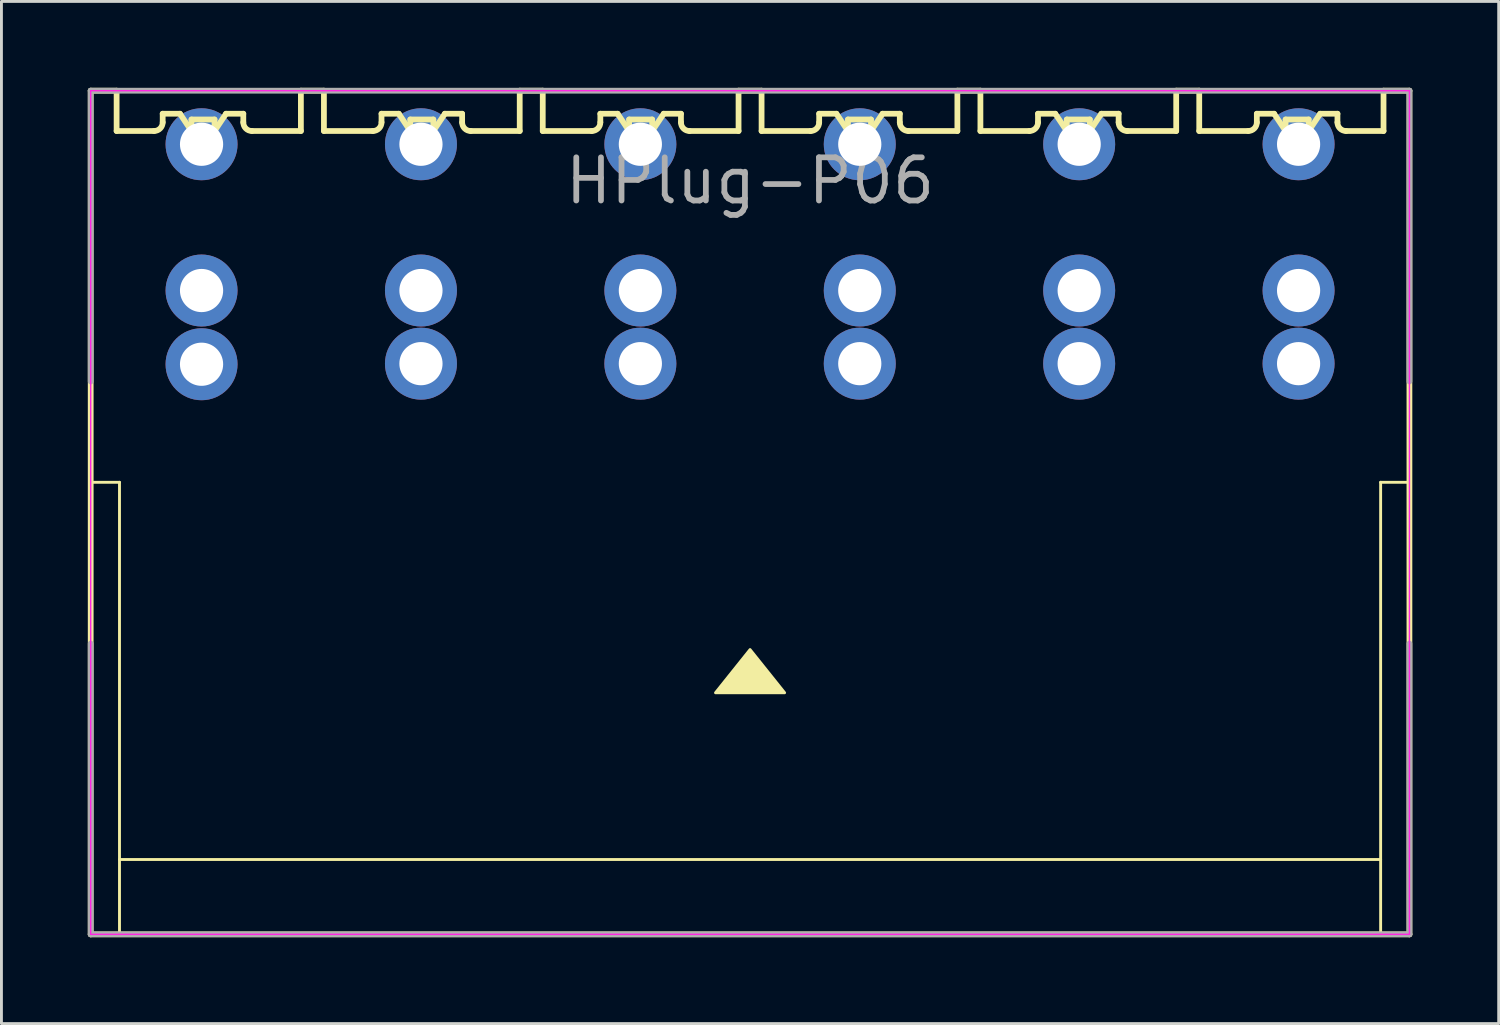
<source format=kicad_pcb>
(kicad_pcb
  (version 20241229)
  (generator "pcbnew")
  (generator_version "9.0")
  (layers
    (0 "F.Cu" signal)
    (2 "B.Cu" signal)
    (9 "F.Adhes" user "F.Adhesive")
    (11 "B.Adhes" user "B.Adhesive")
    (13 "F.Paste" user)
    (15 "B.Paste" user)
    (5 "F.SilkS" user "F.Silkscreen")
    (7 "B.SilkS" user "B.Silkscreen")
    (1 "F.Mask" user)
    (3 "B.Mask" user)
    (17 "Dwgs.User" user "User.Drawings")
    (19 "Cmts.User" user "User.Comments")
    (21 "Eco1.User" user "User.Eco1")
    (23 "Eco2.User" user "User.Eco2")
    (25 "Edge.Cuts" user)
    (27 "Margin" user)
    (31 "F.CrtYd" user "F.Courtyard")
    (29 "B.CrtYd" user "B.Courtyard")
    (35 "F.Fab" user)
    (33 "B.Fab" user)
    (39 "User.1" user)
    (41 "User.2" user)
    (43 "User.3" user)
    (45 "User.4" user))
  (footprint "HPlug-P06"
    (layer "F.Cu")
    (at 23 4.5)
    (property "Reference" "HPlug-P06" (at 0 -1.27 180) (layer "F.Fab") (effects (font (size 1.5 1.5) (thickness 0.2))))
    (attr through_hole)
    (fp_line (start -22.9 -4.4) (end -22.9 24.9) (stroke (width 0.2) (type solid)) (layer "F.SilkS"))
    (fp_line (start -22.9 -4.4) (end -22 -4.4) (stroke (width 0.2) (type solid)) (layer "F.SilkS"))
    (fp_line (start -22.9 9.2) (end -21.9 9.2) (stroke (width 0.1) (type solid)) (layer "F.SilkS"))
    (fp_line (start -22.9 24.9) (end 22.9 24.9) (stroke (width 0.2) (type solid)) (layer "F.SilkS"))
    (fp_line (start -22 -3) (end -22 -4.4) (stroke (width 0.2) (type solid)) (layer "F.SilkS"))
    (fp_line (start -21.9 9.2) (end -21.9 24.9) (stroke (width 0.1) (type solid)) (layer "F.SilkS"))
    (fp_line (start -21.9 22.3) (end 21.9 22.3) (stroke (width 0.1) (type solid)) (layer "F.SilkS"))
    (fp_line (start -20.7 -3) (end -22 -3) (stroke (width 0.2) (type solid)) (layer "F.SilkS"))
    (fp_line (start -20.4 -3.6) (end -20.4 -3.3) (stroke (width 0.2) (type solid)) (layer "F.SilkS"))
    (fp_line (start -20.4 -3.6) (end -19.8 -3.6) (stroke (width 0.2) (type solid)) (layer "F.SilkS"))
    (fp_line (start -19.4 -3.4) (end -19.4 -3) (stroke (width 0.2) (type solid)) (layer "F.SilkS"))
    (fp_line (start -19.4 -3.4) (end -18.6 -3.4) (stroke (width 0.2) (type solid)) (layer "F.SilkS"))
    (fp_line (start -19.4 -3) (end -19.8 -3.6) (stroke (width 0.2) (type solid)) (layer "F.SilkS"))
    (fp_line (start -18.6 -3.4) (end -18.6 -3) (stroke (width 0.2) (type solid)) (layer "F.SilkS"))
    (fp_line (start -18.6 -3) (end -18.2 -3.6) (stroke (width 0.2) (type solid)) (layer "F.SilkS"))
    (fp_line (start -18.2 -3.6) (end -17.6 -3.6) (stroke (width 0.2) (type solid)) (layer "F.SilkS"))
    (fp_line (start -17.6 -3.6) (end -17.6 -3.3) (stroke (width 0.2) (type solid)) (layer "F.SilkS"))
    (fp_line (start -15.6 -4.4) (end -14.8 -4.4) (stroke (width 0.2) (type solid)) (layer "F.SilkS"))
    (fp_line (start -15.6 -3) (end -17.3 -3) (stroke (width 0.2) (type solid)) (layer "F.SilkS"))
    (fp_line (start -15.6 -3) (end -15.6 -4.4) (stroke (width 0.2) (type solid)) (layer "F.SilkS"))
    (fp_line (start -14.8 -3) (end -14.8 -4.4) (stroke (width 0.2) (type solid)) (layer "F.SilkS"))
    (fp_line (start -13.1 -3) (end -14.8 -3) (stroke (width 0.2) (type solid)) (layer "F.SilkS"))
    (fp_line (start -12.8 -3.6) (end -12.2 -3.6) (stroke (width 0.2) (type solid)) (layer "F.SilkS"))
    (fp_line (start -12.8 -3.3) (end -12.8 -3.6) (stroke (width 0.2) (type solid)) (layer "F.SilkS"))
    (fp_line (start -12.2 -3.6) (end -11.8 -3) (stroke (width 0.2) (type solid)) (layer "F.SilkS"))
    (fp_line (start -11.8 -3.4) (end -11 -3.4) (stroke (width 0.2) (type solid)) (layer "F.SilkS"))
    (fp_line (start -11.8 -3) (end -11.8 -3.4) (stroke (width 0.2) (type solid)) (layer "F.SilkS"))
    (fp_line (start -11 -3) (end -11 -3.4) (stroke (width 0.2) (type solid)) (layer "F.SilkS"))
    (fp_line (start -10.6 -3.6) (end -11 -3) (stroke (width 0.2) (type solid)) (layer "F.SilkS"))
    (fp_line (start -10.6 -3.6) (end -10 -3.6) (stroke (width 0.2) (type solid)) (layer "F.SilkS"))
    (fp_line (start -10 -3.3) (end -10 -3.6) (stroke (width 0.2) (type solid)) (layer "F.SilkS"))
    (fp_line (start -8 -4.4) (end -7.2 -4.4) (stroke (width 0.2) (type solid)) (layer "F.SilkS"))
    (fp_line (start -8 -3) (end -9.7 -3) (stroke (width 0.2) (type solid)) (layer "F.SilkS"))
    (fp_line (start -8 -3) (end -8 -4.4) (stroke (width 0.2) (type solid)) (layer "F.SilkS"))
    (fp_line (start -7.2 -3) (end -7.2 -4.4) (stroke (width 0.2) (type solid)) (layer "F.SilkS"))
    (fp_line (start -5.5 -3) (end -7.2 -3) (stroke (width 0.2) (type solid)) (layer "F.SilkS"))
    (fp_line (start -5.2 -3.6) (end -4.6 -3.6) (stroke (width 0.2) (type solid)) (layer "F.SilkS"))
    (fp_line (start -5.2 -3.3) (end -5.2 -3.6) (stroke (width 0.2) (type solid)) (layer "F.SilkS"))
    (fp_line (start -4.6 -3.6) (end -4.2 -3) (stroke (width 0.2) (type solid)) (layer "F.SilkS"))
    (fp_line (start -4.2 -3.4) (end -3.4 -3.4) (stroke (width 0.2) (type solid)) (layer "F.SilkS"))
    (fp_line (start -4.2 -3) (end -4.2 -3.4) (stroke (width 0.2) (type solid)) (layer "F.SilkS"))
    (fp_line (start -3.4 -3) (end -3.4 -3.4) (stroke (width 0.2) (type solid)) (layer "F.SilkS"))
    (fp_line (start -3 -3.6) (end -3.4 -3) (stroke (width 0.2) (type solid)) (layer "F.SilkS"))
    (fp_line (start -3 -3.6) (end -2.4 -3.6) (stroke (width 0.2) (type solid)) (layer "F.SilkS"))
    (fp_line (start -2.4 -3.3) (end -2.4 -3.6) (stroke (width 0.2) (type solid)) (layer "F.SilkS"))
    (fp_line (start -0.4 -4.4) (end 0.4 -4.4) (stroke (width 0.2) (type solid)) (layer "F.SilkS"))
    (fp_line (start -0.4 -3) (end -2.1 -3) (stroke (width 0.2) (type solid)) (layer "F.SilkS"))
    (fp_line (start -0.4 -3) (end -0.4 -4.4) (stroke (width 0.2) (type solid)) (layer "F.SilkS"))
    (fp_line (start 0.4 -3) (end 0.4 -4.4) (stroke (width 0.2) (type solid)) (layer "F.SilkS"))
    (fp_line (start 2.1 -3) (end 0.4 -3) (stroke (width 0.2) (type solid)) (layer "F.SilkS"))
    (fp_line (start 2.4 -3.6) (end 3 -3.6) (stroke (width 0.2) (type solid)) (layer "F.SilkS"))
    (fp_line (start 2.4 -3.3) (end 2.4 -3.6) (stroke (width 0.2) (type solid)) (layer "F.SilkS"))
    (fp_line (start 3 -3.6) (end 3.4 -3) (stroke (width 0.2) (type solid)) (layer "F.SilkS"))
    (fp_line (start 3.4 -3.4) (end 4.2 -3.4) (stroke (width 0.2) (type solid)) (layer "F.SilkS"))
    (fp_line (start 3.4 -3) (end 3.4 -3.4) (stroke (width 0.2) (type solid)) (layer "F.SilkS"))
    (fp_line (start 4.2 -3) (end 4.2 -3.4) (stroke (width 0.2) (type solid)) (layer "F.SilkS"))
    (fp_line (start 4.6 -3.6) (end 4.2 -3) (stroke (width 0.2) (type solid)) (layer "F.SilkS"))
    (fp_line (start 4.6 -3.6) (end 5.2 -3.6) (stroke (width 0.2) (type solid)) (layer "F.SilkS"))
    (fp_line (start 5.2 -3.3) (end 5.2 -3.6) (stroke (width 0.2) (type solid)) (layer "F.SilkS"))
    (fp_line (start 7.2 -4.4) (end 8 -4.4) (stroke (width 0.2) (type solid)) (layer "F.SilkS"))
    (fp_line (start 7.2 -3) (end 5.5 -3) (stroke (width 0.2) (type solid)) (layer "F.SilkS"))
    (fp_line (start 7.2 -3) (end 7.2 -4.4) (stroke (width 0.2) (type solid)) (layer "F.SilkS"))
    (fp_line (start 8 -3) (end 8 -4.4) (stroke (width 0.2) (type solid)) (layer "F.SilkS"))
    (fp_line (start 9.7 -3) (end 8 -3) (stroke (width 0.2) (type solid)) (layer "F.SilkS"))
    (fp_line (start 10 -3.6) (end 10.6 -3.6) (stroke (width 0.2) (type solid)) (layer "F.SilkS"))
    (fp_line (start 10 -3.3) (end 10 -3.6) (stroke (width 0.2) (type solid)) (layer "F.SilkS"))
    (fp_line (start 10.6 -3.6) (end 11 -3) (stroke (width 0.2) (type solid)) (layer "F.SilkS"))
    (fp_line (start 11 -3.4) (end 11.8 -3.4) (stroke (width 0.2) (type solid)) (layer "F.SilkS"))
    (fp_line (start 11 -3) (end 11 -3.4) (stroke (width 0.2) (type solid)) (layer "F.SilkS"))
    (fp_line (start 11.8 -3) (end 11.8 -3.4) (stroke (width 0.2) (type solid)) (layer "F.SilkS"))
    (fp_line (start 12.2 -3.6) (end 11.8 -3) (stroke (width 0.2) (type solid)) (layer "F.SilkS"))
    (fp_line (start 12.2 -3.6) (end 12.8 -3.6) (stroke (width 0.2) (type solid)) (layer "F.SilkS"))
    (fp_line (start 12.8 -3.3) (end 12.8 -3.6) (stroke (width 0.2) (type solid)) (layer "F.SilkS"))
    (fp_line (start 14.8 -4.4) (end 15.6 -4.4) (stroke (width 0.2) (type solid)) (layer "F.SilkS"))
    (fp_line (start 14.8 -3) (end 13.1 -3) (stroke (width 0.2) (type solid)) (layer "F.SilkS"))
    (fp_line (start 14.8 -3) (end 14.8 -4.4) (stroke (width 0.2) (type solid)) (layer "F.SilkS"))
    (fp_line (start 15.6 -3) (end 15.6 -4.4) (stroke (width 0.2) (type solid)) (layer "F.SilkS"))
    (fp_line (start 17.3 -3) (end 15.6 -3) (stroke (width 0.2) (type solid)) (layer "F.SilkS"))
    (fp_line (start 17.6 -3.6) (end 18.2 -3.6) (stroke (width 0.2) (type solid)) (layer "F.SilkS"))
    (fp_line (start 17.6 -3.3) (end 17.6 -3.6) (stroke (width 0.2) (type solid)) (layer "F.SilkS"))
    (fp_line (start 18.2 -3.6) (end 18.6 -3) (stroke (width 0.2) (type solid)) (layer "F.SilkS"))
    (fp_line (start 18.6 -3.4) (end 19.4 -3.4) (stroke (width 0.2) (type solid)) (layer "F.SilkS"))
    (fp_line (start 18.6 -3) (end 18.6 -3.4) (stroke (width 0.2) (type solid)) (layer "F.SilkS"))
    (fp_line (start 19.4 -3) (end 19.4 -3.4) (stroke (width 0.2) (type solid)) (layer "F.SilkS"))
    (fp_line (start 19.8 -3.6) (end 19.4 -3) (stroke (width 0.2) (type solid)) (layer "F.SilkS"))
    (fp_line (start 19.8 -3.6) (end 20.4 -3.6) (stroke (width 0.2) (type solid)) (layer "F.SilkS"))
    (fp_line (start 20.4 -3.3) (end 20.4 -3.6) (stroke (width 0.2) (type solid)) (layer "F.SilkS"))
    (fp_line (start 21.9 9.2) (end 21.9 24.9) (stroke (width 0.1) (type solid)) (layer "F.SilkS"))
    (fp_line (start 21.9 9.2) (end 22.9 9.2) (stroke (width 0.1) (type solid)) (layer "F.SilkS"))
    (fp_line (start 22 -4.4) (end 22 -3) (stroke (width 0.2) (type solid)) (layer "F.SilkS"))
    (fp_line (start 22 -4.4) (end 22.9 -4.4) (stroke (width 0.2) (type solid)) (layer "F.SilkS"))
    (fp_line (start 22 -3) (end 20.7 -3) (stroke (width 0.2) (type solid)) (layer "F.SilkS"))
    (fp_line (start 22.9 -4.4) (end 22.9 24.9) (stroke (width 0.2) (type solid)) (layer "F.SilkS"))
    (fp_arc (start -20.4 -3.3) (mid -20.487868 -3.087868) (end -20.7 -3) (stroke (width 0.2) (type default)) (layer "F.SilkS"))
    (fp_arc (start -17.3 -3) (mid -17.512132 -3.087868) (end -17.6 -3.3) (stroke (width 0.2) (type default)) (layer "F.SilkS"))
    (fp_arc (start -12.8 -3.3) (mid -12.887868 -3.087868) (end -13.1 -3) (stroke (width 0.2) (type default)) (layer "F.SilkS"))
    (fp_arc (start -9.7 -3) (mid -9.912132 -3.087868) (end -10 -3.3) (stroke (width 0.2) (type default)) (layer "F.SilkS"))
    (fp_arc (start -5.2 -3.3) (mid -5.287868 -3.087868) (end -5.5 -3) (stroke (width 0.2) (type default)) (layer "F.SilkS"))
    (fp_arc (start -2.1 -3) (mid -2.312132 -3.087868) (end -2.4 -3.3) (stroke (width 0.2) (type default)) (layer "F.SilkS"))
    (fp_arc (start 2.4 -3.3) (mid 2.312132 -3.087868) (end 2.1 -3) (stroke (width 0.2) (type default)) (layer "F.SilkS"))
    (fp_arc (start 5.5 -3) (mid 5.287868 -3.087868) (end 5.2 -3.3) (stroke (width 0.2) (type default)) (layer "F.SilkS"))
    (fp_arc (start 10 -3.3) (mid 9.912132 -3.087868) (end 9.7 -3) (stroke (width 0.2) (type default)) (layer "F.SilkS"))
    (fp_arc (start 13.1 -3) (mid 12.887868 -3.087868) (end 12.8 -3.3) (stroke (width 0.2) (type default)) (layer "F.SilkS"))
    (fp_arc (start 17.6 -3.3) (mid 17.512132 -3.087868) (end 17.3 -3) (stroke (width 0.2) (type default)) (layer "F.SilkS"))
    (fp_arc (start 20.7 -3) (mid 20.487868 -3.087868) (end 20.4 -3.3) (stroke (width 0.2) (type default)) (layer "F.SilkS"))
    (fp_poly (pts (xy 1.2 16.51) (xy -1.2 16.51) (xy 0 15.01)) (stroke (width 0.1) (type solid)) (fill yes) (layer "F.SilkS"))
    (fp_line (start -22.9 -4.4) (end -22.9 24.9) (stroke (width 0.05) (type solid)) (layer "F.CrtYd"))
    (fp_line (start 22.9 -4.4) (end -22.9 -4.4) (stroke (width 0.05) (type solid)) (layer "F.CrtYd"))
    (fp_line (start 22.9 -4.4) (end 22.9 24.9) (stroke (width 0.05) (type solid)) (layer "F.CrtYd"))
    (fp_line (start 22.9 24.9) (end -22.9 24.9) (stroke (width 0.05) (type solid)) (layer "F.CrtYd"))
    (fp_line (start -22.9 5.7) (end -22.9 -4.4) (stroke (width 0.2) (type solid)) (layer "F.Fab"))
    (fp_line (start -22.9 24.9) (end -22.9 14.8) (stroke (width 0.2) (type solid)) (layer "F.Fab"))
    (fp_line (start 22.9 -4.4) (end -22.9 -4.4) (stroke (width 0.2) (type solid)) (layer "F.Fab"))
    (fp_line (start 22.9 5.7) (end 22.9 -4.4) (stroke (width 0.2) (type solid)) (layer "F.Fab"))
    (fp_line (start 22.9 14.8) (end 22.9 24.9) (stroke (width 0.2) (type solid)) (layer "F.Fab"))
    (fp_line (start 22.9 24.9) (end -22.9 24.9) (stroke (width 0.2) (type solid)) (layer "F.Fab"))
    (pad "1" thru_hole circle (at -19.05 -2.54) (size 2.5 2.5) (drill 1.5) (layers "*.Cu" "*.Mask"))
    (pad "1" thru_hole circle (at -19.05 2.54) (size 2.5 2.5) (drill 1.5) (layers "*.Cu" "*.Mask"))
    (pad "1" thru_hole circle (at -19.05 5.1) (size 2.5 2.5) (drill 1.5) (layers "*.Cu" "*.Mask"))
    (pad "2" thru_hole circle (at -11.43 -2.54) (size 2.5 2.5) (drill 1.5) (layers "*.Cu" "*.Mask"))
    (pad "2" thru_hole circle (at -11.43 2.54) (size 2.5 2.5) (drill 1.5) (layers "*.Cu" "*.Mask"))
    (pad "2" thru_hole circle (at -11.43 5.08) (size 2.5 2.5) (drill 1.5) (layers "*.Cu" "*.Mask"))
    (pad "3" thru_hole circle (at -3.81 -2.54) (size 2.5 2.5) (drill 1.5) (layers "*.Cu" "*.Mask"))
    (pad "3" thru_hole circle (at -3.81 2.54) (size 2.5 2.5) (drill 1.5) (layers "*.Cu" "*.Mask"))
    (pad "3" thru_hole circle (at -3.81 5.08) (size 2.5 2.5) (drill 1.5) (layers "*.Cu" "*.Mask"))
    (pad "4" thru_hole circle (at 3.81 -2.54) (size 2.5 2.5) (drill 1.5) (layers "*.Cu" "*.Mask"))
    (pad "4" thru_hole circle (at 3.81 2.54) (size 2.5 2.5) (drill 1.5) (layers "*.Cu" "*.Mask"))
    (pad "4" thru_hole circle (at 3.81 5.08) (size 2.5 2.5) (drill 1.5) (layers "*.Cu" "*.Mask"))
    (pad "5" thru_hole circle (at 11.43 -2.54) (size 2.5 2.5) (drill 1.5) (layers "*.Cu" "*.Mask"))
    (pad "5" thru_hole circle (at 11.43 2.54) (size 2.5 2.5) (drill 1.5) (layers "*.Cu" "*.Mask"))
    (pad "5" thru_hole circle (at 11.43 5.08) (size 2.5 2.5) (drill 1.5) (layers "*.Cu" "*.Mask"))
    (pad "6" thru_hole circle (at 19.05 -2.54) (size 2.5 2.5) (drill 1.5) (layers "*.Cu" "*.Mask"))
    (pad "6" thru_hole circle (at 19.05 2.54) (size 2.5 2.5) (drill 1.5) (layers "*.Cu" "*.Mask"))
    (pad "6" thru_hole circle (at 19.05 5.08) (size 2.5 2.5) (drill 1.5) (layers "*.Cu" "*.Mask")))
  (gr_rect
    (start -3 -3)
    (end 49 32.5)
    (stroke (width 0.1) (type default))
    (fill no)
    (layer "Edge.Cuts")))
</source>
